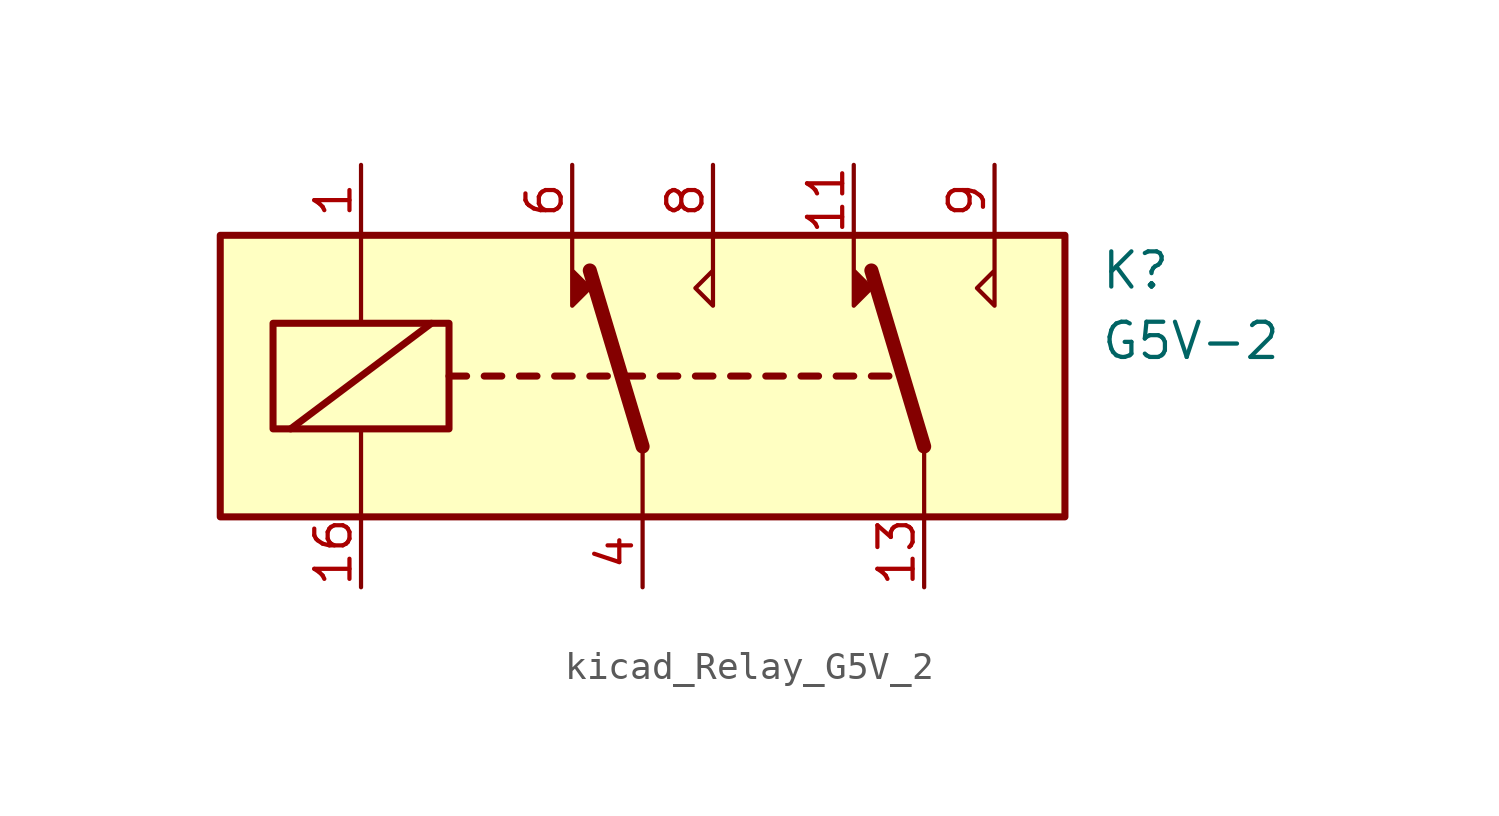
<source format=kicad_sym>
(kicad_symbol_lib
  (version 20220914)
  (generator kicad_symbol_editor)
  (symbol "kicad_Relay_G5V_2"
    (property "Reference" "K"
      (at 16.51 3.81 0)
      (effects (font (size 1.27 1.27)) (justify left)))
    (property "Value" "G5V-2"
      (at 16.51 1.27 0)
      (effects (font (size 1.27 1.27)) (justify left)))
    (symbol "kicad_Relay_G5V_2_0_1"
      (rectangle (start -15.24 5.08) (end 15.24 -5.08) (stroke (width 0.254) (type default)) (fill (type background)))
      (rectangle (start -13.335 1.905) (end -6.985 -1.905) (stroke (width 0.254) (type default)) (fill (type none)))
      (polyline (pts (xy -12.7 -1.905) (xy -7.62 1.905)) (stroke (width 0.254) (type default)) (fill (type none)))
      (polyline (pts (xy -10.16 -5.08) (xy -10.16 -1.905)) (stroke (width 0) (type default)) (fill (type none)))
      (polyline (pts (xy -10.16 5.08) (xy -10.16 1.905)) (stroke (width 0) (type default)) (fill (type none)))
      (polyline (pts (xy -6.985 0) (xy -6.35 0)) (stroke (width 0.254) (type default)) (fill (type none)))
      (polyline (pts (xy -5.715 0) (xy -5.08 0)) (stroke (width 0.254) (type default)) (fill (type none)))
      (polyline (pts (xy -4.445 0) (xy -3.81 0)) (stroke (width 0.254) (type default)) (fill (type none)))
      (polyline (pts (xy -3.175 0) (xy -2.54 0)) (stroke (width 0.254) (type default)) (fill (type none)))
      (polyline (pts (xy -1.905 0) (xy -1.27 0)) (stroke (width 0.254) (type default)) (fill (type none)))
      (polyline (pts (xy -0.635 0) (xy 0 0)) (stroke (width 0.254) (type default)) (fill (type none)))
      (polyline (pts (xy 0 -2.54) (xy -1.905 3.81)) (stroke (width 0.508) (type default)) (fill (type none)))
      (polyline (pts (xy 0 -2.54) (xy 0 -5.08)) (stroke (width 0) (type default)) (fill (type none)))
      (polyline (pts (xy 0.635 0) (xy 1.27 0)) (stroke (width 0.254) (type default)) (fill (type none)))
      (polyline (pts (xy 1.905 0) (xy 2.54 0)) (stroke (width 0.254) (type default)) (fill (type none)))
      (polyline (pts (xy 3.175 0) (xy 3.81 0)) (stroke (width 0.254) (type default)) (fill (type none)))
      (polyline (pts (xy 4.445 0) (xy 5.08 0)) (stroke (width 0.254) (type default)) (fill (type none)))
      (polyline (pts (xy 5.715 0) (xy 6.35 0)) (stroke (width 0.254) (type default)) (fill (type none)))
      (polyline (pts (xy 6.985 0) (xy 7.62 0)) (stroke (width 0.254) (type default)) (fill (type none)))
      (polyline (pts (xy 8.255 0) (xy 8.89 0)) (stroke (width 0.254) (type default)) (fill (type none)))
      (polyline (pts (xy 10.16 -2.54) (xy 8.255 3.81)) (stroke (width 0.508) (type default)) (fill (type none)))
      (polyline (pts (xy 10.16 -2.54) (xy 10.16 -5.08)) (stroke (width 0) (type default)) (fill (type none)))
      (polyline (pts (xy -2.54 5.08) (xy -2.54 2.54) (xy -1.905 3.175) (xy -2.54 3.81)) (stroke (width 0) (type default)) (fill (type outline)))
      (polyline (pts (xy 2.54 5.08) (xy 2.54 2.54) (xy 1.905 3.175) (xy 2.54 3.81)) (stroke (width 0) (type default)) (fill (type none)))
      (polyline (pts (xy 7.62 5.08) (xy 7.62 2.54) (xy 8.255 3.175) (xy 7.62 3.81)) (stroke (width 0) (type default)) (fill (type outline)))
      (polyline (pts (xy 12.7 5.08) (xy 12.7 2.54) (xy 12.065 3.175) (xy 12.7 3.81)) (stroke (width 0) (type default)) (fill (type none))))
    (symbol "kicad_Relay_G5V_2_1_1"
      (pin passive line (at -10.16 7.62 270) (length 2.54) (name "~" (effects (font (size 1.27 1.27)))) (number "1" (effects (font (size 1.27 1.27)))))
      (pin passive line (at 7.62 7.62 270) (length 2.54) (name "~" (effects (font (size 1.27 1.27)))) (number "11" (effects (font (size 1.27 1.27)))))
      (pin passive line (at 10.16 -7.62 90) (length 2.54) (name "~" (effects (font (size 1.27 1.27)))) (number "13" (effects (font (size 1.27 1.27)))))
      (pin passive line (at -10.16 -7.62 90) (length 2.54) (name "~" (effects (font (size 1.27 1.27)))) (number "16" (effects (font (size 1.27 1.27)))))
      (pin passive line (at 0 -7.62 90) (length 2.54) (name "~" (effects (font (size 1.27 1.27)))) (number "4" (effects (font (size 1.27 1.27)))))
      (pin passive line (at -2.54 7.62 270) (length 2.54) (name "~" (effects (font (size 1.27 1.27)))) (number "6" (effects (font (size 1.27 1.27)))))
      (pin passive line (at 2.54 7.62 270) (length 2.54) (name "~" (effects (font (size 1.27 1.27)))) (number "8" (effects (font (size 1.27 1.27)))))
      (pin passive line (at 12.7 7.62 270) (length 2.54) (name "~" (effects (font (size 1.27 1.27)))) (number "9" (effects (font (size 1.27 1.27))))))))
</source>
